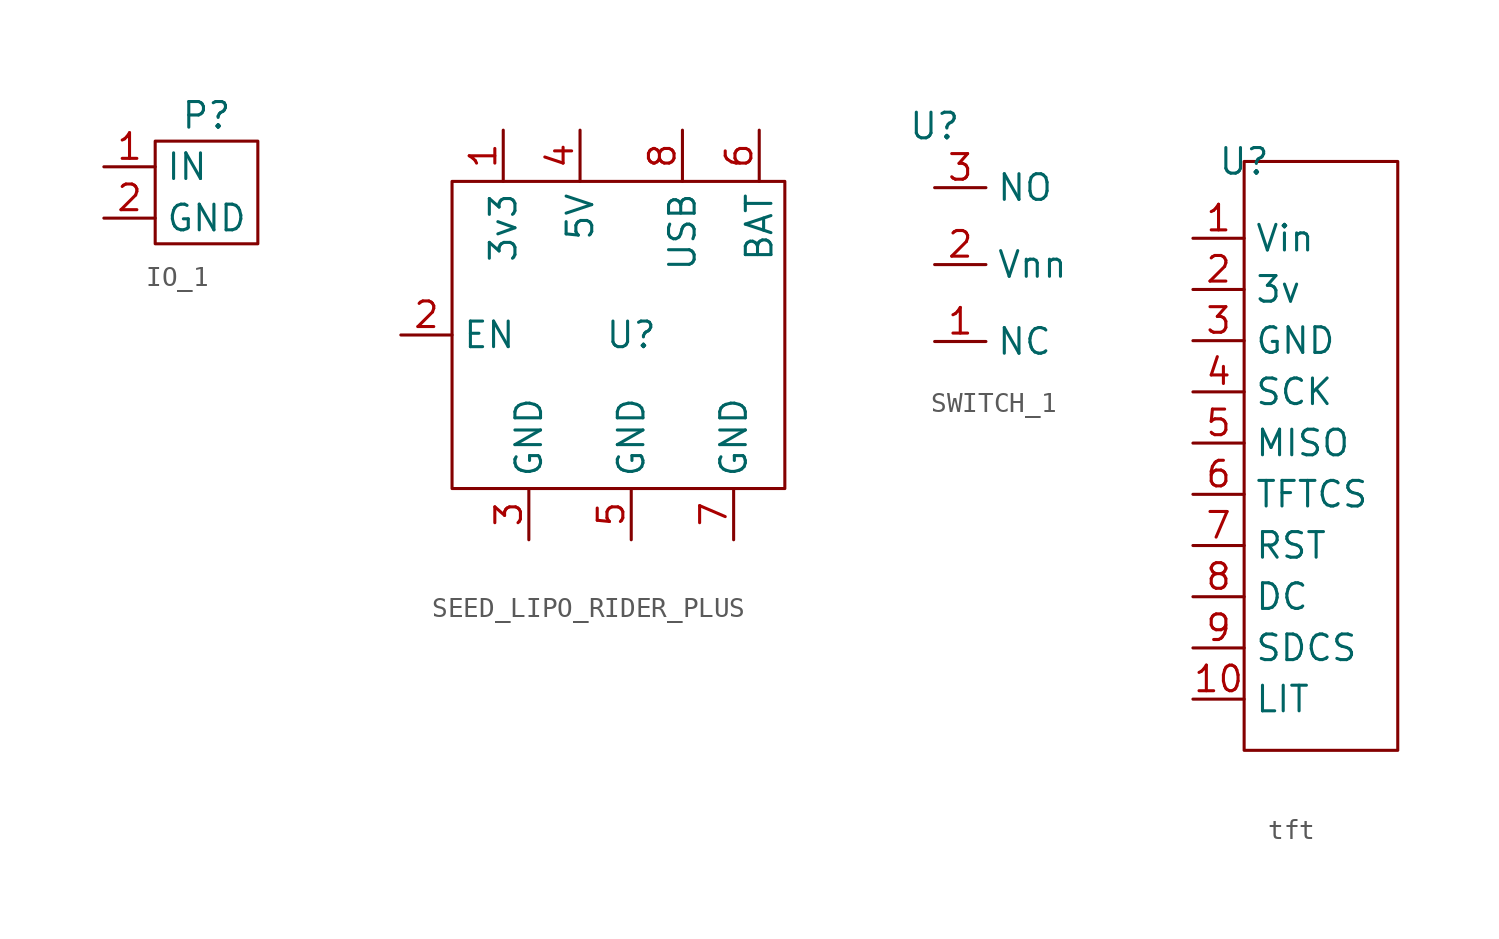
<source format=kicad_sym>
(kicad_symbol_lib
  (version 20241209)
  (generator "kicad_symbol_editor")
  (generator_version "9.0")
  (symbol "IO_1"
    (property "Reference" "P"
      (at 5.08 2.54 0)
      (effects (font (size 1.27 1.27))))
    (property "Value" ""
      (at 0 0 0)
      (effects (font (size 1.27 1.27))))
    (symbol "IO_1_0_1"
      (rectangle (start 7.62 -3.81) (end 2.54 1.27) (stroke (width 0) (type default)) (fill (type none))))
    (symbol "IO_1_1_1"
      (pin bidirectional line (at 0 0 0) (length 2.54) (name "IN" (effects (font (size 1.27 1.27)))) (number "1" (effects (font (size 1.27 1.27)))))
      (pin power_in line (at 0 -2.54 0) (length 2.54) (name "GND" (effects (font (size 1.27 1.27)))) (number "2" (effects (font (size 1.27 1.27)))))))
  (symbol "SEED_LIPO_RIDER_PLUS"
    (property "Reference" "U"
      (at 0 0 0)
      (effects (font (size 1.27 1.27))))
    (property "Value" ""
      (at 0 0 0)
      (effects (font (size 1.27 1.27))))
    (symbol "SEED_LIPO_RIDER_PLUS_0_1"
      (rectangle (start -8.89 7.62) (end 7.62 -7.62) (stroke (width 0) (type default)) (fill (type none))))
    (symbol "SEED_LIPO_RIDER_PLUS_1_1"
      (pin bidirectional line (at -11.43 0 0) (length 2.54) (name "EN" (effects (font (size 1.27 1.27)))) (number "2" (effects (font (size 1.27 1.27)))))
      (pin power_out line (at -6.35 10.16 270) (length 2.54) (name "3v3" (effects (font (size 1.27 1.27)))) (number "1" (effects (font (size 1.27 1.27)))))
      (pin power_in line (at -5.08 -10.16 90) (length 2.54) (name "GND" (effects (font (size 1.27 1.27)))) (number "3" (effects (font (size 1.27 1.27)))))
      (pin power_out line (at -2.54 10.16 270) (length 2.54) (name "5V" (effects (font (size 1.27 1.27)))) (number "4" (effects (font (size 1.27 1.27)))))
      (pin power_in line (at 0 -10.16 90) (length 2.54) (name "GND" (effects (font (size 1.27 1.27)))) (number "5" (effects (font (size 1.27 1.27)))))
      (pin power_out line (at 2.54 10.16 270) (length 2.54) (name "USB" (effects (font (size 1.27 1.27)))) (number "8" (effects (font (size 1.27 1.27)))))
      (pin power_in line (at 5.08 -10.16 90) (length 2.54) (name "GND" (effects (font (size 1.27 1.27)))) (number "7" (effects (font (size 1.27 1.27)))))
      (pin power_out line (at 6.35 10.16 270) (length 2.54) (name "BAT" (effects (font (size 1.27 1.27)))) (number "6" (effects (font (size 1.27 1.27)))))))
  (symbol "SWITCH_1"
    (property "Reference" "U"
      (at 0 6.858 0)
      (effects (font (size 1.27 1.27))))
    (property "Value" ""
      (at 0 0 0)
      (effects (font (size 1.27 1.27))))
    (symbol "SWITCH_1_1_1"
      (pin power_in line (at 0 3.81 0) (length 2.54) (name "NO" (effects (font (size 1.27 1.27)))) (number "3" (effects (font (size 1.27 1.27)))))
      (pin power_out line (at 0 0 0) (length 2.54) (name "Vnn" (effects (font (size 1.27 1.27)))) (number "2" (effects (font (size 1.27 1.27)))))
      (pin power_in line (at 0 -3.81 0) (length 2.54) (name "NC" (effects (font (size 1.27 1.27)))) (number "1" (effects (font (size 1.27 1.27)))))))
  (symbol "tft"
    (property "Reference" "U"
      (at 0 0 0)
      (effects (font (size 1.27 1.27))))
    (property "Value" ""
      (at 0 0 0)
      (effects (font (size 1.27 1.27))))
    (symbol "tft_0_1"
      (polyline (pts (xy 0 0) (xy 0 -29.21) (xy 7.62 -29.21) (xy 7.62 0) (xy 0 0)) (stroke (width 0) (type default)) (fill (type none))))
    (symbol "tft_1_1"
      (pin input line (at -2.54 -3.81 0) (length 2.54) (name "Vin" (effects (font (size 1.27 1.27)))) (number "1" (effects (font (size 1.27 1.27)))))
      (pin input line (at -2.54 -6.35 0) (length 2.54) (name "3v" (effects (font (size 1.27 1.27)))) (number "2" (effects (font (size 1.27 1.27)))))
      (pin input line (at -2.54 -8.89 0) (length 2.54) (name "GND" (effects (font (size 1.27 1.27)))) (number "3" (effects (font (size 1.27 1.27)))))
      (pin input line (at -2.54 -11.43 0) (length 2.54) (name "SCK" (effects (font (size 1.27 1.27)))) (number "4" (effects (font (size 1.27 1.27)))))
      (pin input line (at -2.54 -13.97 0) (length 2.54) (name "MISO" (effects (font (size 1.27 1.27)))) (number "5" (effects (font (size 1.27 1.27)))))
      (pin input line (at -2.54 -16.51 0) (length 2.54) (name "TFTCS" (effects (font (size 1.27 1.27)))) (number "6" (effects (font (size 1.27 1.27)))))
      (pin input line (at -2.54 -19.05 0) (length 2.54) (name "RST" (effects (font (size 1.27 1.27)))) (number "7" (effects (font (size 1.27 1.27)))))
      (pin input line (at -2.54 -21.59 0) (length 2.54) (name "DC" (effects (font (size 1.27 1.27)))) (number "8" (effects (font (size 1.27 1.27)))))
      (pin input line (at -2.54 -24.13 0) (length 2.54) (name "SDCS" (effects (font (size 1.27 1.27)))) (number "9" (effects (font (size 1.27 1.27)))))
      (pin input line (at -2.54 -26.67 0) (length 2.54) (name "LIT" (effects (font (size 1.27 1.27)))) (number "10" (effects (font (size 1.27 1.27))))))))
</source>
